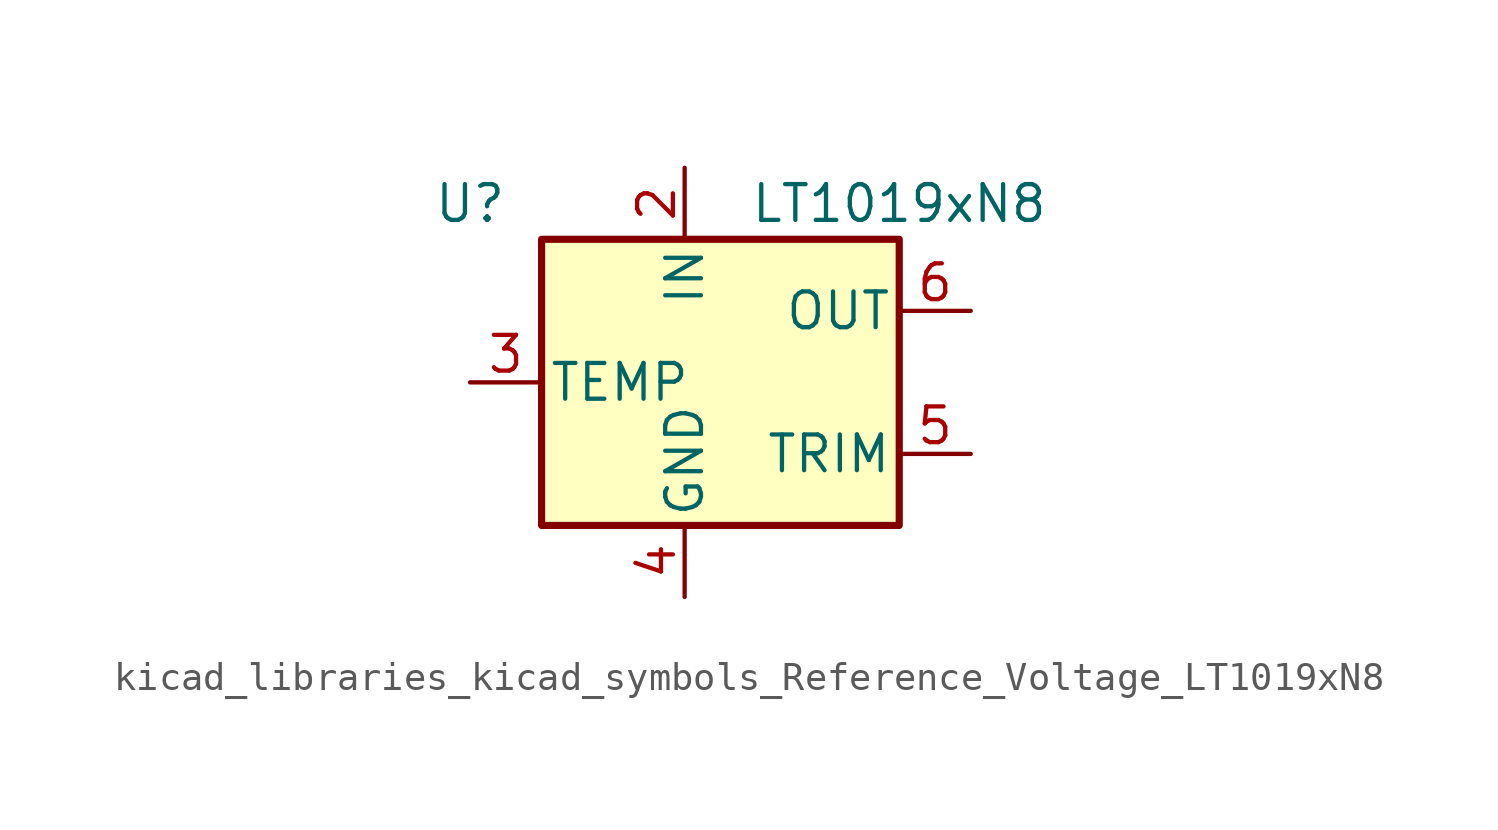
<source format=kicad_sym>
(kicad_symbol_lib
  (version 20220914)
  (generator kicad_symbol_editor)
  (symbol "kicad_libraries_kicad_symbols_Reference_Voltage_LT1019xN8"
    (pin_names
      (offset 0.254))
    (property "Reference" "U"
      (at -7.62 6.35 0)
      (effects (font (size 1.27 1.27))))
    (property "Value" "LT1019xN8"
      (at 7.62 6.35 0)
      (effects (font (size 1.27 1.27))))
    (symbol "kicad_libraries_kicad_symbols_Reference_Voltage_LT1019xN8_0_1"
      (rectangle (start 7.62 5.08) (end -5.08 -5.08) (stroke (width 0.254) (type default)) (fill (type background))))
    (symbol "kicad_libraries_kicad_symbols_Reference_Voltage_LT1019xN8_1_0"
      (pin no_connect line (at -5.08 2.54 0) (length 2.54) hide (name "DNC" (effects (font (size 1.27 1.27)))) (number "1" (effects (font (size 1.27 1.27)))))
      (pin power_in line (at 0 7.62 270) (length 2.54) (name "IN" (effects (font (size 1.27 1.27)))) (number "2" (effects (font (size 1.27 1.27)))))
      (pin passive line (at -7.62 0 0) (length 2.54) (name "TEMP" (effects (font (size 1.27 1.27)))) (number "3" (effects (font (size 1.27 1.27)))))
      (pin power_in line (at 0 -7.62 90) (length 2.54) (name "GND" (effects (font (size 1.27 1.27)))) (number "4" (effects (font (size 1.27 1.27)))))
      (pin passive line (at 10.16 -2.54 180) (length 2.54) (name "TRIM" (effects (font (size 1.27 1.27)))) (number "5" (effects (font (size 1.27 1.27)))))
      (pin power_out line (at 10.16 2.54 180) (length 2.54) (name "OUT" (effects (font (size 1.27 1.27)))) (number "6" (effects (font (size 1.27 1.27)))))
      (pin no_connect line (at 7.62 0 180) (length 2.54) hide (name "DNC" (effects (font (size 1.27 1.27)))) (number "7" (effects (font (size 1.27 1.27)))))
      (pin no_connect line (at -5.08 -2.54 0) (length 2.54) hide (name "DNC" (effects (font (size 1.27 1.27)))) (number "8" (effects (font (size 1.27 1.27))))))))
</source>
